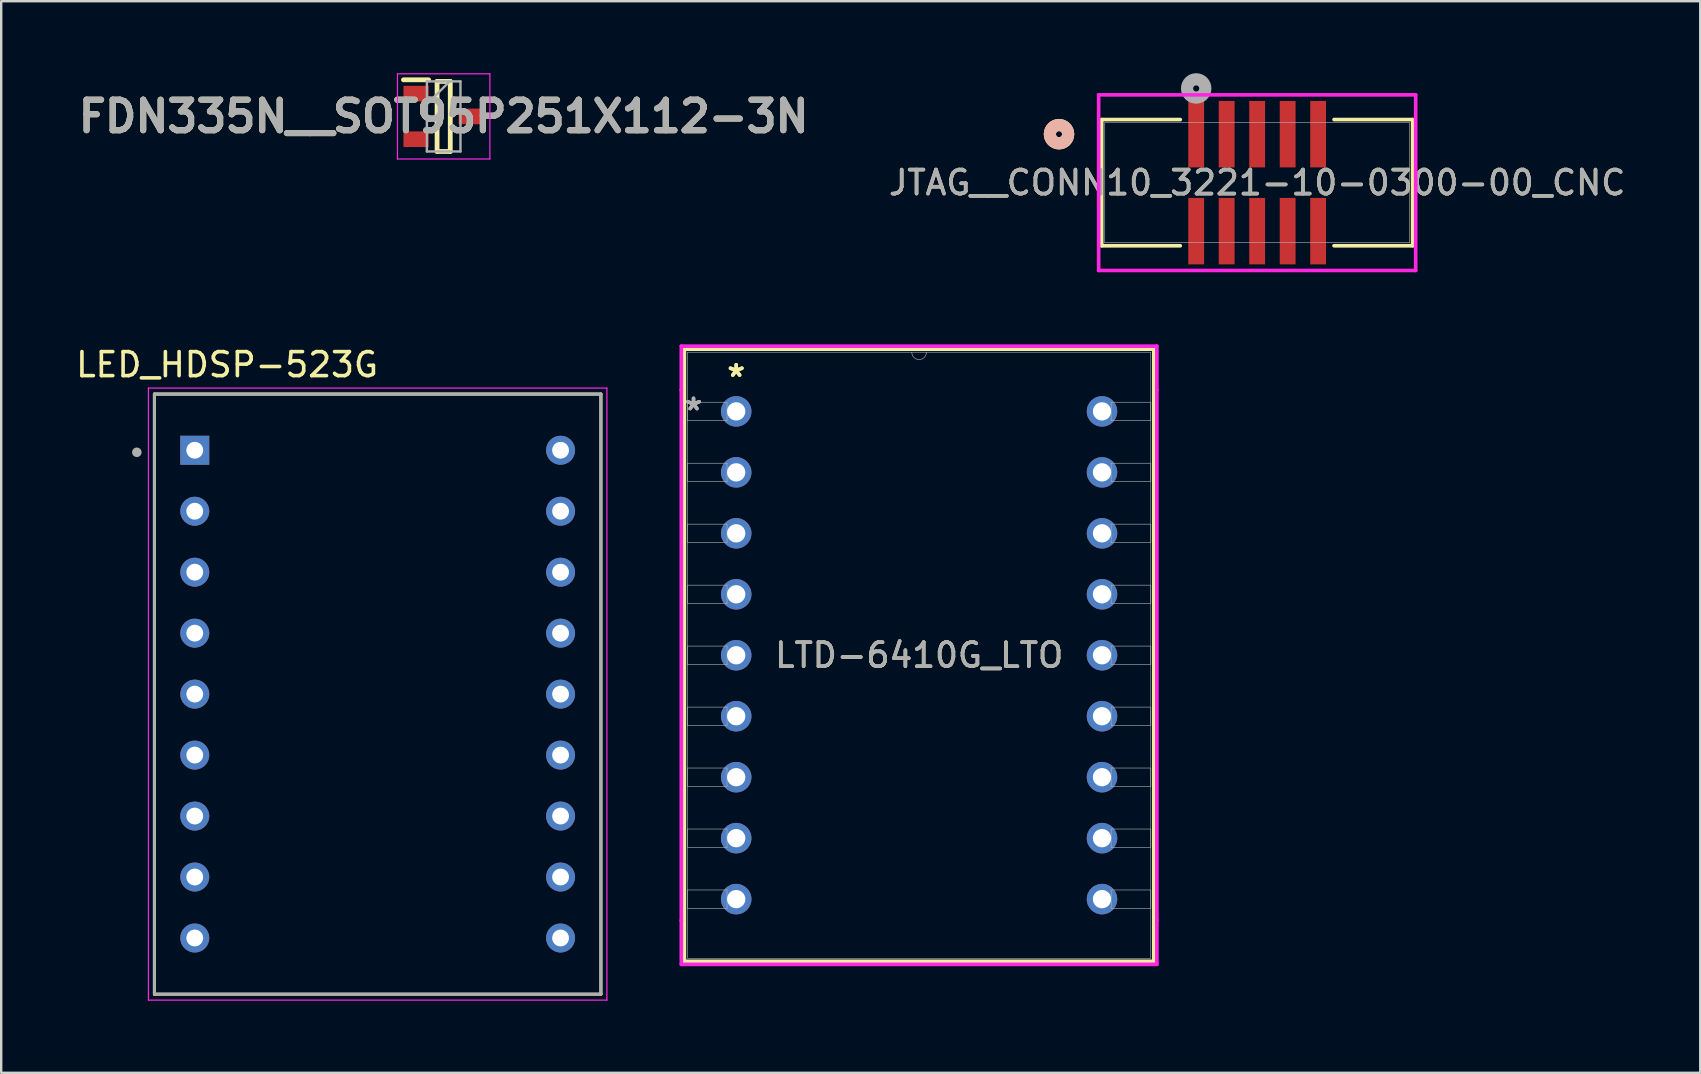
<source format=kicad_pcb>
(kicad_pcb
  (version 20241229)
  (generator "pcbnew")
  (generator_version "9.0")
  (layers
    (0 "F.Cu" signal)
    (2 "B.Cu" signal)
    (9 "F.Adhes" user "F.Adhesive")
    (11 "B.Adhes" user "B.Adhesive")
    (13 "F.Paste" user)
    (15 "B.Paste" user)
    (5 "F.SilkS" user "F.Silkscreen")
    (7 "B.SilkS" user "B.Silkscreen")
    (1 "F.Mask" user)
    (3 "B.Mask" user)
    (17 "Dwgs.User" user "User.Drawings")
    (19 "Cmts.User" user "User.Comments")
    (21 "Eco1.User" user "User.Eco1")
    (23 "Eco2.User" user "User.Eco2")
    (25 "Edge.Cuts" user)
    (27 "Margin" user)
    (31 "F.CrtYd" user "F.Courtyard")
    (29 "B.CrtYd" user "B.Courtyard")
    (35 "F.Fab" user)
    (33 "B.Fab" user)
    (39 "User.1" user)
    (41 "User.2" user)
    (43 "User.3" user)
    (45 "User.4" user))
  (footprint "FDN335N__SOT95P251X112-3N"
    (layer "F.Cu")
    (at 15.434 1.8)
    (property "Reference" "FDN335N__SOT95P251X112-3N" (at 0 0 0) (layer "F.SilkS") (effects (font (size 1.27 1.27) (thickness 0.254))))
    (attr smd)
    (fp_line (start -1.675 -1.525) (end -0.625 -1.525) (stroke (width 0.2) (type solid)) (layer "F.SilkS"))
    (fp_line (start -0.275 -1.46) (end 0.275 -1.46) (stroke (width 0.2) (type solid)) (layer "F.SilkS"))
    (fp_line (start -0.275 1.46) (end -0.275 -1.46) (stroke (width 0.2) (type solid)) (layer "F.SilkS"))
    (fp_line (start 0.275 -1.46) (end 0.275 1.46) (stroke (width 0.2) (type solid)) (layer "F.SilkS"))
    (fp_line (start 0.275 1.46) (end -0.275 1.46) (stroke (width 0.2) (type solid)) (layer "F.SilkS"))
    (fp_line (start -1.925 -1.775) (end 1.925 -1.775) (stroke (width 0.05) (type solid)) (layer "F.CrtYd"))
    (fp_line (start -1.925 1.775) (end -1.925 -1.775) (stroke (width 0.05) (type solid)) (layer "F.CrtYd"))
    (fp_line (start 1.925 -1.775) (end 1.925 1.775) (stroke (width 0.05) (type solid)) (layer "F.CrtYd"))
    (fp_line (start 1.925 1.775) (end -1.925 1.775) (stroke (width 0.05) (type solid)) (layer "F.CrtYd"))
    (fp_line (start -0.7 -1.46) (end 0.7 -1.46) (stroke (width 0.1) (type solid)) (layer "F.Fab"))
    (fp_line (start -0.7 -0.51) (end 0.25 -1.46) (stroke (width 0.1) (type solid)) (layer "F.Fab"))
    (fp_line (start -0.7 1.46) (end -0.7 -1.46) (stroke (width 0.1) (type solid)) (layer "F.Fab"))
    (fp_line (start 0.7 -1.46) (end 0.7 1.46) (stroke (width 0.1) (type solid)) (layer "F.Fab"))
    (fp_line (start 0.7 1.46) (end -0.7 1.46) (stroke (width 0.1) (type solid)) (layer "F.Fab"))
    (fp_text user "${REFERENCE}" (at 0 0 0) (layer "F.Fab") (effects (font (size 1.27 1.27) (thickness 0.254))))
    (pad "1" smd rect (at -1.15 -0.95 90) (size 0.65 1.05) (layers "F.Cu" "F.Mask" "F.Paste"))
    (pad "2" smd rect (at -1.15 0.95 90) (size 0.65 1.05) (layers "F.Cu" "F.Mask" "F.Paste"))
    (pad "3" smd rect (at 1.15 0 90) (size 0.65 1.05) (layers "F.Cu" "F.Mask" "F.Paste")))
  (footprint "LED_HDSP-523G"
    (layer "F.Cu")
    (at 12.684 25.868)
    (property "Reference" "LED_HDSP-523G" (at -6.273 -13.725 0) (layer "F.SilkS") (effects (font (size 1 1) (thickness 0.15))))
    (attr through_hole)
    (fp_line (start -9.3 -12.5) (end 9.3 -12.5) (stroke (width 0.127) (type solid)) (layer "F.SilkS"))
    (fp_line (start -9.3 12.5) (end -9.3 -12.5) (stroke (width 0.127) (type solid)) (layer "F.SilkS"))
    (fp_line (start 9.3 -12.5) (end 9.3 12.5) (stroke (width 0.127) (type solid)) (layer "F.SilkS"))
    (fp_line (start 9.3 12.5) (end -9.3 12.5) (stroke (width 0.127) (type solid)) (layer "F.SilkS"))
    (fp_circle (center -10.033 -10.075) (end -9.933 -10.075) (stroke (width 0.127) (type solid)) (fill no) (layer "F.SilkS"))
    (fp_line (start -9.55 -12.75) (end -9.55 12.75) (stroke (width 0.05) (type solid)) (layer "F.CrtYd"))
    (fp_line (start -9.55 12.75) (end 9.55 12.75) (stroke (width 0.05) (type solid)) (layer "F.CrtYd"))
    (fp_line (start 9.55 -12.75) (end -9.55 -12.75) (stroke (width 0.05) (type solid)) (layer "F.CrtYd"))
    (fp_line (start 9.55 12.75) (end 9.55 -12.75) (stroke (width 0.05) (type solid)) (layer "F.CrtYd"))
    (fp_line (start -9.3 -12.5) (end 9.3 -12.5) (stroke (width 0.127) (type solid)) (layer "F.Fab"))
    (fp_line (start -9.3 12.5) (end -9.3 -12.5) (stroke (width 0.127) (type solid)) (layer "F.Fab"))
    (fp_line (start 9.3 -12.5) (end 9.3 12.5) (stroke (width 0.127) (type solid)) (layer "F.Fab"))
    (fp_line (start 9.3 12.5) (end -9.3 12.5) (stroke (width 0.127) (type solid)) (layer "F.Fab"))
    (fp_circle (center -10.033 -10.075) (end -9.933 -10.075) (stroke (width 0.2) (type solid)) (fill no) (layer "F.Fab"))
    (pad "1" thru_hole rect (at -7.62 -10.16) (size 1.208 1.208) (drill 0.7) (layers "*.Cu" "*.Mask"))
    (pad "2" thru_hole circle (at -7.62 -7.62) (size 1.208 1.208) (drill 0.7) (layers "*.Cu" "*.Mask"))
    (pad "3" thru_hole circle (at -7.62 -5.08) (size 1.208 1.208) (drill 0.7) (layers "*.Cu" "*.Mask"))
    (pad "4" thru_hole circle (at -7.62 -2.54) (size 1.208 1.208) (drill 0.7) (layers "*.Cu" "*.Mask"))
    (pad "5" thru_hole circle (at -7.62 0) (size 1.208 1.208) (drill 0.7) (layers "*.Cu" "*.Mask"))
    (pad "6" thru_hole circle (at -7.62 2.54) (size 1.208 1.208) (drill 0.7) (layers "*.Cu" "*.Mask"))
    (pad "7" thru_hole circle (at -7.62 5.08) (size 1.208 1.208) (drill 0.7) (layers "*.Cu" "*.Mask"))
    (pad "8" thru_hole circle (at -7.62 7.62) (size 1.208 1.208) (drill 0.7) (layers "*.Cu" "*.Mask"))
    (pad "9" thru_hole circle (at -7.62 10.16) (size 1.208 1.208) (drill 0.7) (layers "*.Cu" "*.Mask"))
    (pad "10" thru_hole circle (at 7.62 10.16) (size 1.208 1.208) (drill 0.7) (layers "*.Cu" "*.Mask"))
    (pad "11" thru_hole circle (at 7.62 7.62) (size 1.208 1.208) (drill 0.7) (layers "*.Cu" "*.Mask"))
    (pad "12" thru_hole circle (at 7.62 5.08) (size 1.208 1.208) (drill 0.7) (layers "*.Cu" "*.Mask"))
    (pad "13" thru_hole circle (at 7.62 2.54) (size 1.208 1.208) (drill 0.7) (layers "*.Cu" "*.Mask"))
    (pad "14" thru_hole circle (at 7.62 0) (size 1.208 1.208) (drill 0.7) (layers "*.Cu" "*.Mask"))
    (pad "15" thru_hole circle (at 7.62 -2.54) (size 1.208 1.208) (drill 0.7) (layers "*.Cu" "*.Mask"))
    (pad "16" thru_hole circle (at 7.62 -5.08) (size 1.208 1.208) (drill 0.7) (layers "*.Cu" "*.Mask"))
    (pad "17" thru_hole circle (at 7.62 -7.62) (size 1.208 1.208) (drill 0.7) (layers "*.Cu" "*.Mask"))
    (pad "18" thru_hole circle (at 7.62 -10.16) (size 1.208 1.208) (drill 0.7) (layers "*.Cu" "*.Mask")))
  (footprint "JTAG__CONN10_3221-10-0300-00_CNC"
    (layer "F.Cu")
    (at 49.325 4.56)
    (property "Reference" "JTAG__CONN10_3221-10-0300-00_CNC" (at 0 0 0) (unlocked yes) (layer "F.SilkS") (effects (font (size 1 1) (thickness 0.15))))
    (attr smd)
    (fp_line (start -6.477 -2.629) (end -6.477 2.629) (stroke (width 0.152) (type solid)) (layer "F.SilkS"))
    (fp_line (start -6.477 2.629) (end -3.203 2.629) (stroke (width 0.152) (type solid)) (layer "F.SilkS"))
    (fp_line (start -3.203 -2.629) (end -6.477 -2.629) (stroke (width 0.152) (type solid)) (layer "F.SilkS"))
    (fp_line (start 3.203 2.629) (end 6.477 2.629) (stroke (width 0.152) (type solid)) (layer "F.SilkS"))
    (fp_line (start 6.477 -2.629) (end 3.203 -2.629) (stroke (width 0.152) (type solid)) (layer "F.SilkS"))
    (fp_line (start 6.477 2.629) (end 6.477 -2.629) (stroke (width 0.152) (type solid)) (layer "F.SilkS"))
    (fp_circle (center -8.255 -2.02) (end -7.874 -2.02) (stroke (width 0.508) (type solid)) (fill no) (layer "F.SilkS"))
    (fp_circle (center -8.255 -2.02) (end -7.874 -2.02) (stroke (width 0.508) (type solid)) (fill no) (layer "B.SilkS"))
    (fp_line (start -6.604 -3.658) (end -6.604 3.658) (stroke (width 0.152) (type solid)) (layer "F.CrtYd"))
    (fp_line (start -6.604 3.658) (end 6.604 3.658) (stroke (width 0.152) (type solid)) (layer "F.CrtYd"))
    (fp_line (start 6.604 -3.658) (end -6.604 -3.658) (stroke (width 0.152) (type solid)) (layer "F.CrtYd"))
    (fp_line (start 6.604 3.658) (end 6.604 -3.658) (stroke (width 0.152) (type solid)) (layer "F.CrtYd"))
    (fp_line (start -6.35 -2.502) (end -6.35 2.502) (stroke (width 0.025) (type solid)) (layer "F.Fab"))
    (fp_line (start -6.35 2.502) (end 6.35 2.502) (stroke (width 0.025) (type solid)) (layer "F.Fab"))
    (fp_line (start 6.35 -2.502) (end -6.35 -2.502) (stroke (width 0.025) (type solid)) (layer "F.Fab"))
    (fp_line (start 6.35 2.502) (end 6.35 -2.502) (stroke (width 0.025) (type solid)) (layer "F.Fab"))
    (fp_circle (center -2.54 -3.925) (end -2.159 -3.925) (stroke (width 0.508) (type solid)) (fill no) (layer "F.Fab"))
    (fp_text user "${REFERENCE}" (at 0 0 0) (unlocked yes) (layer "F.Fab") (effects (font (size 1 1) (thickness 0.15))))
    (pad "1" smd rect (at -2.54 -2.02) (size 0.66 2.769) (layers "F.Cu" "F.Mask" "F.Paste"))
    (pad "2" smd rect (at -1.27 -2.02) (size 0.66 2.769) (layers "F.Cu" "F.Mask" "F.Paste"))
    (pad "3" smd rect (at 0 -2.02) (size 0.66 2.769) (layers "F.Cu" "F.Mask" "F.Paste"))
    (pad "4" smd rect (at 1.27 -2.02) (size 0.66 2.769) (layers "F.Cu" "F.Mask" "F.Paste"))
    (pad "5" smd rect (at 2.54 -2.02) (size 0.66 2.769) (layers "F.Cu" "F.Mask" "F.Paste"))
    (pad "6" smd rect (at -2.54 2.02) (size 0.66 2.769) (layers "F.Cu" "F.Mask" "F.Paste"))
    (pad "7" smd rect (at -1.27 2.02) (size 0.66 2.769) (layers "F.Cu" "F.Mask" "F.Paste"))
    (pad "8" smd rect (at 0 2.02) (size 0.66 2.769) (layers "F.Cu" "F.Mask" "F.Paste"))
    (pad "9" smd rect (at 1.27 2.02) (size 0.66 2.769) (layers "F.Cu" "F.Mask" "F.Paste"))
    (pad "10" smd rect (at 2.54 2.02) (size 0.66 2.769) (layers "F.Cu" "F.Mask" "F.Paste")))
  (footprint "LTD-6410G_LTO"
    (layer "F.Cu")
    (at 27.621 14.089)
    (property "Reference" "LTD-6410G_LTO" (at 7.62 10.16 0) (unlocked yes) (layer "F.SilkS") (effects (font (size 1 1) (thickness 0.15))))
    (attr through_hole)
    (fp_line (start -2.159 -2.591) (end -2.159 22.911) (stroke (width 0.152) (type solid)) (layer "F.SilkS"))
    (fp_line (start -2.159 22.911) (end 17.399 22.911) (stroke (width 0.152) (type solid)) (layer "F.SilkS"))
    (fp_line (start 17.399 -2.591) (end -2.159 -2.591) (stroke (width 0.152) (type solid)) (layer "F.SilkS"))
    (fp_line (start 17.399 22.911) (end 17.399 -2.591) (stroke (width 0.152) (type solid)) (layer "F.SilkS"))
    (fp_line (start -2.286 -2.718) (end 17.526 -2.718) (stroke (width 0.152) (type solid)) (layer "F.CrtYd"))
    (fp_line (start -2.286 -0.889) (end -2.286 -2.718) (stroke (width 0.152) (type solid)) (layer "F.CrtYd"))
    (fp_line (start -2.286 -0.889) (end -2.286 -0.889) (stroke (width 0.152) (type solid)) (layer "F.CrtYd"))
    (fp_line (start -2.286 21.209) (end -2.286 -0.889) (stroke (width 0.152) (type solid)) (layer "F.CrtYd"))
    (fp_line (start -2.286 21.209) (end -2.286 21.209) (stroke (width 0.152) (type solid)) (layer "F.CrtYd"))
    (fp_line (start -2.286 23.038) (end -2.286 21.209) (stroke (width 0.152) (type solid)) (layer "F.CrtYd"))
    (fp_line (start 17.526 -2.718) (end 17.526 -0.889) (stroke (width 0.152) (type solid)) (layer "F.CrtYd"))
    (fp_line (start 17.526 -0.889) (end 17.526 -0.889) (stroke (width 0.152) (type solid)) (layer "F.CrtYd"))
    (fp_line (start 17.526 -0.889) (end 17.526 21.209) (stroke (width 0.152) (type solid)) (layer "F.CrtYd"))
    (fp_line (start 17.526 21.209) (end 17.526 21.209) (stroke (width 0.152) (type solid)) (layer "F.CrtYd"))
    (fp_line (start 17.526 21.209) (end 17.526 23.038) (stroke (width 0.152) (type solid)) (layer "F.CrtYd"))
    (fp_line (start 17.526 23.038) (end -2.286 23.038) (stroke (width 0.152) (type solid)) (layer "F.CrtYd"))
    (fp_line (start -2.032 -2.464) (end -2.032 22.784) (stroke (width 0.025) (type solid)) (layer "F.Fab"))
    (fp_line (start -2.032 -0.381) (end -0.381 -0.381) (stroke (width 0.025) (type solid)) (layer "F.Fab"))
    (fp_line (start -2.032 0.381) (end -2.032 -0.381) (stroke (width 0.025) (type solid)) (layer "F.Fab"))
    (fp_line (start -2.032 2.159) (end -0.381 2.159) (stroke (width 0.025) (type solid)) (layer "F.Fab"))
    (fp_line (start -2.032 2.921) (end -2.032 2.159) (stroke (width 0.025) (type solid)) (layer "F.Fab"))
    (fp_line (start -2.032 4.699) (end -0.381 4.699) (stroke (width 0.025) (type solid)) (layer "F.Fab"))
    (fp_line (start -2.032 5.461) (end -2.032 4.699) (stroke (width 0.025) (type solid)) (layer "F.Fab"))
    (fp_line (start -2.032 7.239) (end -0.381 7.239) (stroke (width 0.025) (type solid)) (layer "F.Fab"))
    (fp_line (start -2.032 8.001) (end -2.032 7.239) (stroke (width 0.025) (type solid)) (layer "F.Fab"))
    (fp_line (start -2.032 9.779) (end -0.381 9.779) (stroke (width 0.025) (type solid)) (layer "F.Fab"))
    (fp_line (start -2.032 10.541) (end -2.032 9.779) (stroke (width 0.025) (type solid)) (layer "F.Fab"))
    (fp_line (start -2.032 12.319) (end -0.381 12.319) (stroke (width 0.025) (type solid)) (layer "F.Fab"))
    (fp_line (start -2.032 13.081) (end -2.032 12.319) (stroke (width 0.025) (type solid)) (layer "F.Fab"))
    (fp_line (start -2.032 14.859) (end -0.381 14.859) (stroke (width 0.025) (type solid)) (layer "F.Fab"))
    (fp_line (start -2.032 15.621) (end -2.032 14.859) (stroke (width 0.025) (type solid)) (layer "F.Fab"))
    (fp_line (start -2.032 17.399) (end -0.381 17.399) (stroke (width 0.025) (type solid)) (layer "F.Fab"))
    (fp_line (start -2.032 18.161) (end -2.032 17.399) (stroke (width 0.025) (type solid)) (layer "F.Fab"))
    (fp_line (start -2.032 19.939) (end -0.381 19.939) (stroke (width 0.025) (type solid)) (layer "F.Fab"))
    (fp_line (start -2.032 20.701) (end -2.032 19.939) (stroke (width 0.025) (type solid)) (layer "F.Fab"))
    (fp_line (start -2.032 22.784) (end 17.272 22.784) (stroke (width 0.025) (type solid)) (layer "F.Fab"))
    (fp_line (start -0.381 -0.381) (end -0.381 0.381) (stroke (width 0.025) (type solid)) (layer "F.Fab"))
    (fp_line (start -0.381 0.381) (end -2.032 0.381) (stroke (width 0.025) (type solid)) (layer "F.Fab"))
    (fp_line (start -0.381 2.159) (end -0.381 2.921) (stroke (width 0.025) (type solid)) (layer "F.Fab"))
    (fp_line (start -0.381 2.921) (end -2.032 2.921) (stroke (width 0.025) (type solid)) (layer "F.Fab"))
    (fp_line (start -0.381 4.699) (end -0.381 5.461) (stroke (width 0.025) (type solid)) (layer "F.Fab"))
    (fp_line (start -0.381 5.461) (end -2.032 5.461) (stroke (width 0.025) (type solid)) (layer "F.Fab"))
    (fp_line (start -0.381 7.239) (end -0.381 8.001) (stroke (width 0.025) (type solid)) (layer "F.Fab"))
    (fp_line (start -0.381 8.001) (end -2.032 8.001) (stroke (width 0.025) (type solid)) (layer "F.Fab"))
    (fp_line (start -0.381 9.779) (end -0.381 10.541) (stroke (width 0.025) (type solid)) (layer "F.Fab"))
    (fp_line (start -0.381 10.541) (end -2.032 10.541) (stroke (width 0.025) (type solid)) (layer "F.Fab"))
    (fp_line (start -0.381 12.319) (end -0.381 13.081) (stroke (width 0.025) (type solid)) (layer "F.Fab"))
    (fp_line (start -0.381 13.081) (end -2.032 13.081) (stroke (width 0.025) (type solid)) (layer "F.Fab"))
    (fp_line (start -0.381 14.859) (end -0.381 15.621) (stroke (width 0.025) (type solid)) (layer "F.Fab"))
    (fp_line (start -0.381 15.621) (end -2.032 15.621) (stroke (width 0.025) (type solid)) (layer "F.Fab"))
    (fp_line (start -0.381 17.399) (end -0.381 18.161) (stroke (width 0.025) (type solid)) (layer "F.Fab"))
    (fp_line (start -0.381 18.161) (end -2.032 18.161) (stroke (width 0.025) (type solid)) (layer "F.Fab"))
    (fp_line (start -0.381 19.939) (end -0.381 20.701) (stroke (width 0.025) (type solid)) (layer "F.Fab"))
    (fp_line (start -0.381 20.701) (end -2.032 20.701) (stroke (width 0.025) (type solid)) (layer "F.Fab"))
    (fp_line (start 15.621 -0.381) (end 17.272 -0.381) (stroke (width 0.025) (type solid)) (layer "F.Fab"))
    (fp_line (start 15.621 0.381) (end 15.621 -0.381) (stroke (width 0.025) (type solid)) (layer "F.Fab"))
    (fp_line (start 15.621 2.159) (end 17.272 2.159) (stroke (width 0.025) (type solid)) (layer "F.Fab"))
    (fp_line (start 15.621 2.921) (end 15.621 2.159) (stroke (width 0.025) (type solid)) (layer "F.Fab"))
    (fp_line (start 15.621 4.699) (end 17.272 4.699) (stroke (width 0.025) (type solid)) (layer "F.Fab"))
    (fp_line (start 15.621 5.461) (end 15.621 4.699) (stroke (width 0.025) (type solid)) (layer "F.Fab"))
    (fp_line (start 15.621 7.239) (end 17.272 7.239) (stroke (width 0.025) (type solid)) (layer "F.Fab"))
    (fp_line (start 15.621 8.001) (end 15.621 7.239) (stroke (width 0.025) (type solid)) (layer "F.Fab"))
    (fp_line (start 15.621 9.779) (end 17.272 9.779) (stroke (width 0.025) (type solid)) (layer "F.Fab"))
    (fp_line (start 15.621 10.541) (end 15.621 9.779) (stroke (width 0.025) (type solid)) (layer "F.Fab"))
    (fp_line (start 15.621 12.319) (end 17.272 12.319) (stroke (width 0.025) (type solid)) (layer "F.Fab"))
    (fp_line (start 15.621 13.081) (end 15.621 12.319) (stroke (width 0.025) (type solid)) (layer "F.Fab"))
    (fp_line (start 15.621 14.859) (end 17.272 14.859) (stroke (width 0.025) (type solid)) (layer "F.Fab"))
    (fp_line (start 15.621 15.621) (end 15.621 14.859) (stroke (width 0.025) (type solid)) (layer "F.Fab"))
    (fp_line (start 15.621 17.399) (end 17.272 17.399) (stroke (width 0.025) (type solid)) (layer "F.Fab"))
    (fp_line (start 15.621 18.161) (end 15.621 17.399) (stroke (width 0.025) (type solid)) (layer "F.Fab"))
    (fp_line (start 15.621 19.939) (end 17.272 19.939) (stroke (width 0.025) (type solid)) (layer "F.Fab"))
    (fp_line (start 15.621 20.701) (end 15.621 19.939) (stroke (width 0.025) (type solid)) (layer "F.Fab"))
    (fp_line (start 17.272 -2.464) (end -2.032 -2.464) (stroke (width 0.025) (type solid)) (layer "F.Fab"))
    (fp_line (start 17.272 -0.381) (end 17.272 0.381) (stroke (width 0.025) (type solid)) (layer "F.Fab"))
    (fp_line (start 17.272 0.381) (end 15.621 0.381) (stroke (width 0.025) (type solid)) (layer "F.Fab"))
    (fp_line (start 17.272 2.159) (end 17.272 2.921) (stroke (width 0.025) (type solid)) (layer "F.Fab"))
    (fp_line (start 17.272 2.921) (end 15.621 2.921) (stroke (width 0.025) (type solid)) (layer "F.Fab"))
    (fp_line (start 17.272 4.699) (end 17.272 5.461) (stroke (width 0.025) (type solid)) (layer "F.Fab"))
    (fp_line (start 17.272 5.461) (end 15.621 5.461) (stroke (width 0.025) (type solid)) (layer "F.Fab"))
    (fp_line (start 17.272 7.239) (end 17.272 8.001) (stroke (width 0.025) (type solid)) (layer "F.Fab"))
    (fp_line (start 17.272 8.001) (end 15.621 8.001) (stroke (width 0.025) (type solid)) (layer "F.Fab"))
    (fp_line (start 17.272 9.779) (end 17.272 10.541) (stroke (width 0.025) (type solid)) (layer "F.Fab"))
    (fp_line (start 17.272 10.541) (end 15.621 10.541) (stroke (width 0.025) (type solid)) (layer "F.Fab"))
    (fp_line (start 17.272 12.319) (end 17.272 13.081) (stroke (width 0.025) (type solid)) (layer "F.Fab"))
    (fp_line (start 17.272 13.081) (end 15.621 13.081) (stroke (width 0.025) (type solid)) (layer "F.Fab"))
    (fp_line (start 17.272 14.859) (end 17.272 15.621) (stroke (width 0.025) (type solid)) (layer "F.Fab"))
    (fp_line (start 17.272 15.621) (end 15.621 15.621) (stroke (width 0.025) (type solid)) (layer "F.Fab"))
    (fp_line (start 17.272 17.399) (end 17.272 18.161) (stroke (width 0.025) (type solid)) (layer "F.Fab"))
    (fp_line (start 17.272 18.161) (end 15.621 18.161) (stroke (width 0.025) (type solid)) (layer "F.Fab"))
    (fp_line (start 17.272 19.939) (end 17.272 20.701) (stroke (width 0.025) (type solid)) (layer "F.Fab"))
    (fp_line (start 17.272 20.701) (end 15.621 20.701) (stroke (width 0.025) (type solid)) (layer "F.Fab"))
    (fp_line (start 17.272 22.784) (end 17.272 -2.464) (stroke (width 0.025) (type solid)) (layer "F.Fab"))
    (fp_arc (start 7.9248 -2.4638) (mid 7.62 -2.159) (end 7.3152 -2.4638) (stroke (width 0.0254) (type solid)) (layer "F.Fab"))
    (fp_text user "*" (at 0 -1.397 0) (layer "F.SilkS") (effects (font (size 1 1) (thickness 0.15))))
    (fp_text user "*" (at 0 -1.397 0) (unlocked yes) (layer "F.SilkS") (effects (font (size 1 1) (thickness 0.15))))
    (fp_text user "${REFERENCE}" (at 7.62 10.16 0) (unlocked yes) (layer "F.Fab") (effects (font (size 1 1) (thickness 0.15))))
    (fp_text user "*" (at -1.778 0 0) (layer "F.Fab") (effects (font (size 1 1) (thickness 0.15))))
    (fp_text user "*" (at -1.778 0 0) (unlocked yes) (layer "F.Fab") (effects (font (size 1 1) (thickness 0.15))))
    (pad "1" thru_hole circle (at 0 0) (size 1.27 1.27) (drill 0.762) (layers "*.Cu" "*.Mask"))
    (pad "2" thru_hole circle (at 0 2.54) (size 1.27 1.27) (drill 0.762) (layers "*.Cu" "*.Mask"))
    (pad "3" thru_hole circle (at 0 5.08) (size 1.27 1.27) (drill 0.762) (layers "*.Cu" "*.Mask"))
    (pad "4" thru_hole circle (at 0 7.62) (size 1.27 1.27) (drill 0.762) (layers "*.Cu" "*.Mask"))
    (pad "5" thru_hole circle (at 0 10.16) (size 1.27 1.27) (drill 0.762) (layers "*.Cu" "*.Mask"))
    (pad "6" thru_hole circle (at 0 12.7) (size 1.27 1.27) (drill 0.762) (layers "*.Cu" "*.Mask"))
    (pad "7" thru_hole circle (at 0 15.24) (size 1.27 1.27) (drill 0.762) (layers "*.Cu" "*.Mask"))
    (pad "8" thru_hole circle (at 0 17.78) (size 1.27 1.27) (drill 0.762) (layers "*.Cu" "*.Mask"))
    (pad "9" thru_hole circle (at 0 20.32) (size 1.27 1.27) (drill 0.762) (layers "*.Cu" "*.Mask"))
    (pad "10" thru_hole circle (at 15.24 20.32) (size 1.27 1.27) (drill 0.762) (layers "*.Cu" "*.Mask"))
    (pad "11" thru_hole circle (at 15.24 17.78) (size 1.27 1.27) (drill 0.762) (layers "*.Cu" "*.Mask"))
    (pad "12" thru_hole circle (at 15.24 15.24) (size 1.27 1.27) (drill 0.762) (layers "*.Cu" "*.Mask"))
    (pad "13" thru_hole circle (at 15.24 12.7) (size 1.27 1.27) (drill 0.762) (layers "*.Cu" "*.Mask"))
    (pad "14" thru_hole circle (at 15.24 10.16) (size 1.27 1.27) (drill 0.762) (layers "*.Cu" "*.Mask"))
    (pad "15" thru_hole circle (at 15.24 7.62) (size 1.27 1.27) (drill 0.762) (layers "*.Cu" "*.Mask"))
    (pad "16" thru_hole circle (at 15.24 5.08) (size 1.27 1.27) (drill 0.762) (layers "*.Cu" "*.Mask"))
    (pad "17" thru_hole circle (at 15.24 2.54) (size 1.27 1.27) (drill 0.762) (layers "*.Cu" "*.Mask"))
    (pad "18" thru_hole circle (at 15.24 0) (size 1.27 1.27) (drill 0.762) (layers "*.Cu" "*.Mask")))
  (gr_rect
    (start -3 -3)
    (end 67.784 41.643)
    (stroke (width 0.1) (type default))
    (fill no)
    (layer "Edge.Cuts")))
</source>
